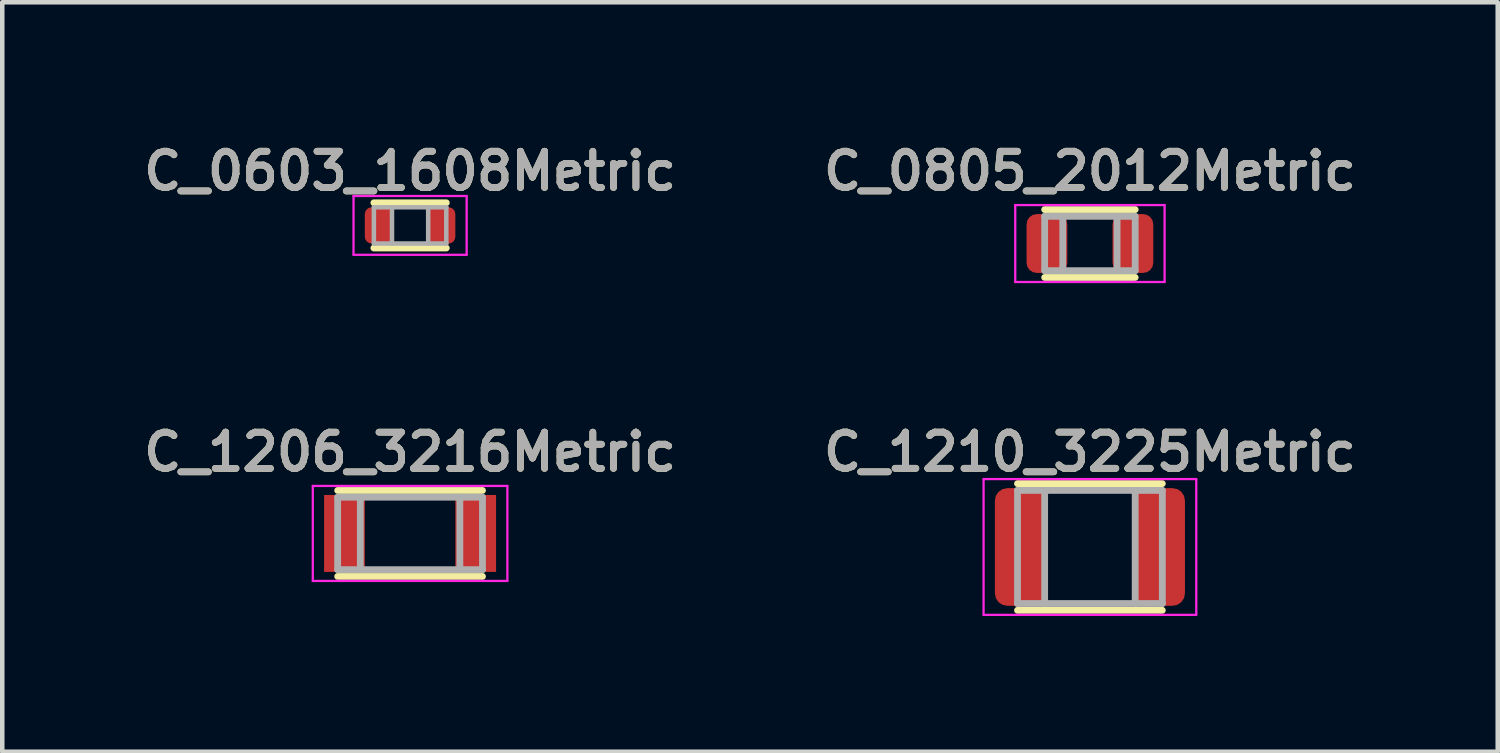
<source format=kicad_pcb>
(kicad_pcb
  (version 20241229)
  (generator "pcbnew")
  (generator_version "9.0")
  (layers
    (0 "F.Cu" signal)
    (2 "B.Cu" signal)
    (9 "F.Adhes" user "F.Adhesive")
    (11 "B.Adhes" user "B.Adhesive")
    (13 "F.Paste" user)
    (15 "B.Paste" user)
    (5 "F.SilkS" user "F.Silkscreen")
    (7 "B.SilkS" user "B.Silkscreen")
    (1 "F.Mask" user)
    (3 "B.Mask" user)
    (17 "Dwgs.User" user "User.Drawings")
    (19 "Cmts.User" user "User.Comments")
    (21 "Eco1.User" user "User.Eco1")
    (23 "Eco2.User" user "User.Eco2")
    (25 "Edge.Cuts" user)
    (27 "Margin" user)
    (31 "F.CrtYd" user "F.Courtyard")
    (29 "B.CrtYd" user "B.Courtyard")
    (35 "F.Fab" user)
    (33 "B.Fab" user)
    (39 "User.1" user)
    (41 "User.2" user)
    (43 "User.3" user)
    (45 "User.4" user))
  (footprint "C_1206_3216Metric"
    (layer "F.Cu")
    (at 6.012 8.738)
    (property "Reference" "C_1206_3216Metric" (at 0 -1.8 0) (layer "F.SilkS") (effects (font (size 0.8 0.8) (thickness 0.15))))
    (attr smd)
    (fp_line (start -1.6 -0.95) (end 1.6 -0.95) (stroke (width 0.15) (type solid)) (layer "F.SilkS"))
    (fp_line (start 1.6 0.95) (end -1.6 0.95) (stroke (width 0.15) (type solid)) (layer "F.SilkS"))
    (fp_line (start -2.15 -1.05) (end -2.15 1.05) (stroke (width 0.05) (type solid)) (layer "F.CrtYd"))
    (fp_line (start -2.15 -1.05) (end 2.15 -1.05) (stroke (width 0.05) (type solid)) (layer "F.CrtYd"))
    (fp_line (start -2.15 1.05) (end 2.15 1.05) (stroke (width 0.05) (type solid)) (layer "F.CrtYd"))
    (fp_line (start 2.15 -1.05) (end 2.15 1.05) (stroke (width 0.05) (type solid)) (layer "F.CrtYd"))
    (fp_line (start -1.6 -0.8) (end 1.6 -0.8) (stroke (width 0.15) (type solid)) (layer "F.Fab"))
    (fp_line (start -1.6 0.8) (end -1.6 -0.8) (stroke (width 0.15) (type solid)) (layer "F.Fab"))
    (fp_line (start -1.1 -0.8) (end -1.1 0.7) (stroke (width 0.15) (type solid)) (layer "F.Fab"))
    (fp_line (start 1.1 -0.8) (end 1.1 0.8) (stroke (width 0.15) (type solid)) (layer "F.Fab"))
    (fp_line (start 1.6 -0.8) (end 1.6 0.8) (stroke (width 0.15) (type solid)) (layer "F.Fab"))
    (fp_line (start 1.6 0.8) (end -1.6 0.8) (stroke (width 0.15) (type solid)) (layer "F.Fab"))
    (fp_text user "${REFERENCE}" (at 0 -1.8 0) (layer "F.Fab") (effects (font (size 0.8 0.8) (thickness 0.15))))
    (pad "1" smd rect (at -1.45 0) (size 0.9 1.7) (layers "F.Cu" "F.Mask" "F.Paste"))
    (pad "2" smd rect (at 1.45 0) (size 0.9 1.7) (layers "F.Cu" "F.Mask" "F.Paste")))
  (footprint "C_0805_2012Metric"
    (layer "F.Cu")
    (at 21.035 2.331)
    (property "Reference" "C_0805_2012Metric" (at 0 -1.6 0) (layer "F.SilkS") (effects (font (size 0.8 0.8) (thickness 0.15))))
    (attr smd)
    (fp_line (start -1 -0.75) (end 1 -0.75) (stroke (width 0.15) (type solid)) (layer "F.SilkS"))
    (fp_line (start 1 0.75) (end -1 0.75) (stroke (width 0.15) (type solid)) (layer "F.SilkS"))
    (fp_line (start -1.65 -0.85) (end -1.65 0.85) (stroke (width 0.05) (type solid)) (layer "F.CrtYd"))
    (fp_line (start -1.65 -0.85) (end 1.65 -0.85) (stroke (width 0.05) (type solid)) (layer "F.CrtYd"))
    (fp_line (start -1.65 0.85) (end 1.65 0.85) (stroke (width 0.05) (type solid)) (layer "F.CrtYd"))
    (fp_line (start 1.65 -0.85) (end 1.65 0.85) (stroke (width 0.05) (type solid)) (layer "F.CrtYd"))
    (fp_line (start -1 -0.6) (end 1 -0.6) (stroke (width 0.15) (type solid)) (layer "F.Fab"))
    (fp_line (start -1 0.6) (end -1 -0.6) (stroke (width 0.15) (type solid)) (layer "F.Fab"))
    (fp_line (start -0.6 -0.6) (end -0.6 0.6) (stroke (width 0.15) (type solid)) (layer "F.Fab"))
    (fp_line (start 0.6 -0.6) (end 0.6 0.6) (stroke (width 0.15) (type solid)) (layer "F.Fab"))
    (fp_line (start 1 -0.6) (end 1 0.6) (stroke (width 0.15) (type solid)) (layer "F.Fab"))
    (fp_line (start 1 0.6) (end -1 0.6) (stroke (width 0.15) (type solid)) (layer "F.Fab"))
    (fp_text user "${REFERENCE}" (at 0 -1.6 0) (layer "F.Fab") (effects (font (size 0.8 0.8) (thickness 0.15))))
    (pad "1" smd roundrect (at -0.95 0) (size 0.9 1.3) (layers "F.Cu" "F.Mask" "F.Paste") (roundrect_rratio 0.25))
    (pad "2" smd roundrect (at 0.95 0) (size 0.9 1.3) (layers "F.Cu" "F.Mask" "F.Paste") (roundrect_rratio 0.25)))
  (footprint "C_0603_1608Metric"
    (layer "F.Cu")
    (at 6.012 1.931)
    (property "Reference" "C_0603_1608Metric" (at 0 -1.2 0) (layer "F.SilkS") (effects (font (size 0.8 0.8) (thickness 0.15))))
    (attr smd)
    (fp_line (start -0.8 -0.5) (end 0.8 -0.5) (stroke (width 0.15) (type solid)) (layer "F.SilkS"))
    (fp_line (start -0.8 0.5) (end 0.8 0.5) (stroke (width 0.15) (type solid)) (layer "F.SilkS"))
    (fp_line (start -1.25 -0.65) (end 1.25 -0.65) (stroke (width 0.05) (type solid)) (layer "F.CrtYd"))
    (fp_line (start -1.25 0.65) (end -1.25 -0.65) (stroke (width 0.05) (type solid)) (layer "F.CrtYd"))
    (fp_line (start 1.25 -0.65) (end 1.25 0.65) (stroke (width 0.05) (type solid)) (layer "F.CrtYd"))
    (fp_line (start 1.25 0.65) (end -1.25 0.65) (stroke (width 0.05) (type solid)) (layer "F.CrtYd"))
    (fp_line (start -0.8 -0.4) (end 0.8 -0.4) (stroke (width 0.1) (type solid)) (layer "F.Fab"))
    (fp_line (start -0.8 0.4) (end -0.8 -0.4) (stroke (width 0.1) (type solid)) (layer "F.Fab"))
    (fp_line (start -0.4 -0.4) (end -0.4 0.4) (stroke (width 0.1) (type solid)) (layer "F.Fab"))
    (fp_line (start 0.4 -0.4) (end 0.4 0.4) (stroke (width 0.1) (type solid)) (layer "F.Fab"))
    (fp_line (start 0.8 -0.4) (end 0.8 0.4) (stroke (width 0.1) (type solid)) (layer "F.Fab"))
    (fp_line (start 0.8 0.4) (end -0.8 0.4) (stroke (width 0.1) (type solid)) (layer "F.Fab"))
    (fp_text user "${REFERENCE}" (at 0 -1.2 0) (layer "F.Fab") (effects (font (size 0.8 0.8) (thickness 0.15))))
    (pad "1" smd roundrect (at -0.7 0) (size 0.6 0.8) (layers "F.Cu" "F.Mask" "F.Paste") (roundrect_rratio 0.25))
    (pad "2" smd roundrect (at 0.7 0) (size 0.6 0.8) (layers "F.Cu" "F.Mask" "F.Paste") (roundrect_rratio 0.25)))
  (footprint "C_1210_3225Metric"
    (layer "F.Cu")
    (at 21.035 9.037)
    (property "Reference" "C_1210_3225Metric" (at 0 -2.1 0) (layer "F.SilkS") (effects (font (size 0.8 0.8) (thickness 0.15))))
    (attr smd)
    (fp_line (start -1.6 -1.4) (end 1.6 -1.4) (stroke (width 0.15) (type solid)) (layer "F.SilkS"))
    (fp_line (start 1.6 1.4) (end -1.6 1.4) (stroke (width 0.15) (type solid)) (layer "F.SilkS"))
    (fp_line (start -2.35 -1.5) (end -2.35 1.5) (stroke (width 0.05) (type solid)) (layer "F.CrtYd"))
    (fp_line (start -2.35 -1.5) (end 2.35 -1.5) (stroke (width 0.05) (type solid)) (layer "F.CrtYd"))
    (fp_line (start -2.35 1.5) (end 2.35 1.5) (stroke (width 0.05) (type solid)) (layer "F.CrtYd"))
    (fp_line (start 2.35 -1.5) (end 2.35 1.5) (stroke (width 0.05) (type solid)) (layer "F.CrtYd"))
    (fp_line (start -1.6 -1.25) (end 1.6 -1.25) (stroke (width 0.15) (type solid)) (layer "F.Fab"))
    (fp_line (start -1.6 1.25) (end -1.6 -1.25) (stroke (width 0.15) (type solid)) (layer "F.Fab"))
    (fp_line (start -1 -1.25) (end -1 1.25) (stroke (width 0.15) (type solid)) (layer "F.Fab"))
    (fp_line (start 1 -1.25) (end 1 1.25) (stroke (width 0.15) (type solid)) (layer "F.Fab"))
    (fp_line (start 1.6 -1.25) (end 1.6 1.25) (stroke (width 0.15) (type solid)) (layer "F.Fab"))
    (fp_line (start 1.6 1.25) (end -1.6 1.25) (stroke (width 0.15) (type solid)) (layer "F.Fab"))
    (fp_text user "${REFERENCE}" (at 0 -2.1 0) (layer "F.Fab") (effects (font (size 0.8 0.8) (thickness 0.15))))
    (pad "1" smd roundrect (at -1.55 0) (size 1.1 2.6) (layers "F.Cu" "F.Mask" "F.Paste") (roundrect_rratio 0.25))
    (pad "2" smd roundrect (at 1.55 0) (size 1.1 2.6) (layers "F.Cu" "F.Mask" "F.Paste") (roundrect_rratio 0.25)))
  (gr_rect
    (start -3 -3)
    (end 30.047 13.562)
    (stroke (width 0.1) (type default))
    (fill no)
    (layer "Edge.Cuts")))
</source>
